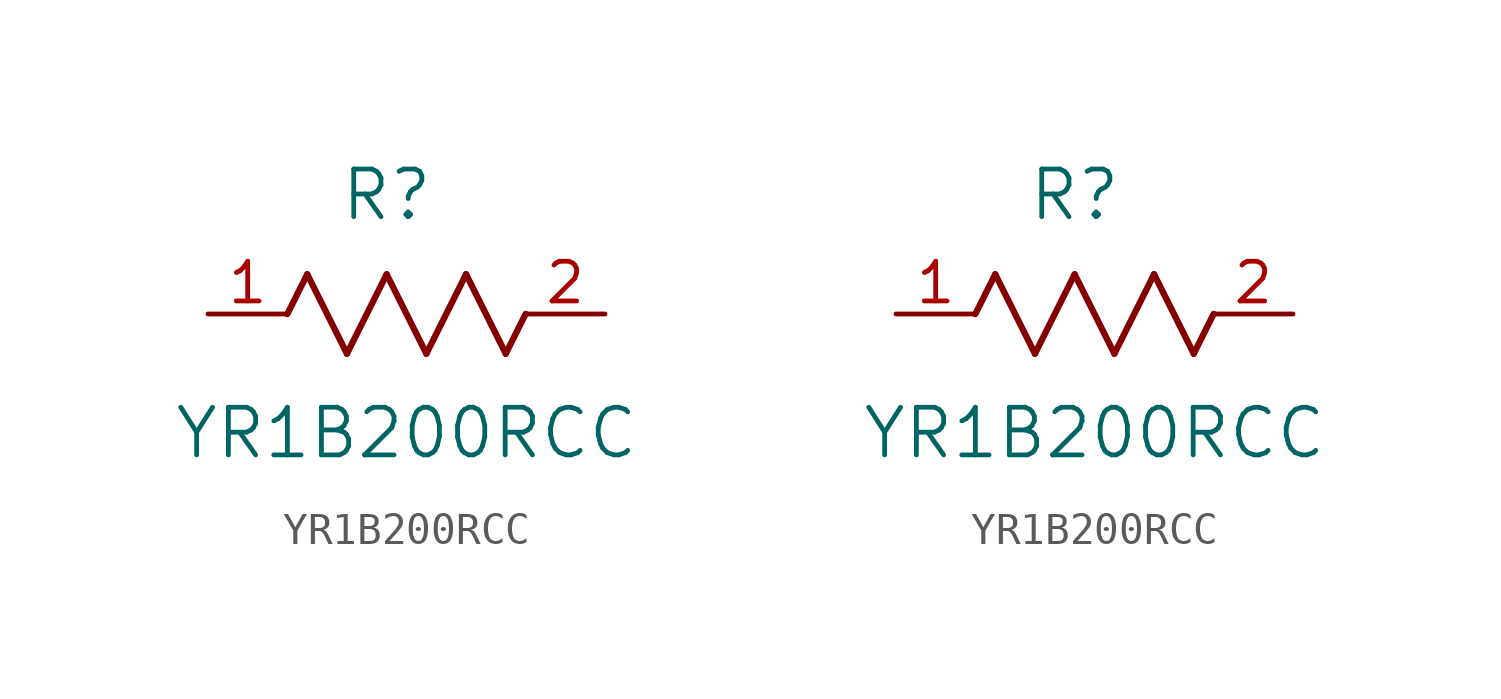
<source format=kicad_sym>
(kicad_symbol_lib
  (version 20211014)
  (generator kicad_symbol_editor)
  (symbol "YR1B200RCC"
    (pin_names
      (offset 0.254))
    (property "Reference" "R"
      (at 5.715 3.81 0)
      (effects (font (size 1.524 1.524))))
    (property "Value" "YR1B200RCC"
      (at 6.35 -3.81 0)
      (effects (font (size 1.524 1.524))))
    (symbol "YR1B200RCC_1_1"
      (polyline (pts (xy 3.175 1.27) (xy 4.445 -1.27)) (stroke (width 0.203) (type default) (color 0 0 0 0)) (fill (type none)))
      (polyline (pts (xy 4.445 -1.27) (xy 5.715 1.27)) (stroke (width 0.203) (type default) (color 0 0 0 0)) (fill (type none)))
      (polyline (pts (xy 5.715 1.27) (xy 6.985 -1.27)) (stroke (width 0.203) (type default) (color 0 0 0 0)) (fill (type none)))
      (polyline (pts (xy 6.985 -1.27) (xy 8.255 1.27)) (stroke (width 0.203) (type default) (color 0 0 0 0)) (fill (type none)))
      (polyline (pts (xy 8.255 1.27) (xy 9.525 -1.27)) (stroke (width 0.203) (type default) (color 0 0 0 0)) (fill (type none)))
      (polyline (pts (xy 2.54 0) (xy 3.175 1.27)) (stroke (width 0.203) (type default) (color 0 0 0 0)) (fill (type none)))
      (polyline (pts (xy 9.525 -1.27) (xy 10.16 0)) (stroke (width 0.203) (type default) (color 0 0 0 0)) (fill (type none)))
      (pin unspecified line (at 0 0 0) (length 2.54) (name "" (effects (font (size 1.27 1.27)))) (number "1" (effects (font (size 1.27 1.27)))))
      (pin unspecified line (at 12.7 0 180) (length 2.54) (name "" (effects (font (size 1.27 1.27)))) (number "2" (effects (font (size 1.27 1.27))))))
    (symbol "YR1B200RCC_1_2"
      (polyline (pts (xy 3.175 1.27) (xy 4.445 -1.27)) (stroke (width 0.203) (type default) (color 0 0 0 0)) (fill (type none)))
      (polyline (pts (xy 4.445 -1.27) (xy 5.715 1.27)) (stroke (width 0.203) (type default) (color 0 0 0 0)) (fill (type none)))
      (polyline (pts (xy 5.715 1.27) (xy 6.985 -1.27)) (stroke (width 0.203) (type default) (color 0 0 0 0)) (fill (type none)))
      (polyline (pts (xy 6.985 -1.27) (xy 8.255 1.27)) (stroke (width 0.203) (type default) (color 0 0 0 0)) (fill (type none)))
      (polyline (pts (xy 8.255 1.27) (xy 9.525 -1.27)) (stroke (width 0.203) (type default) (color 0 0 0 0)) (fill (type none)))
      (polyline (pts (xy 2.54 0) (xy 3.175 1.27)) (stroke (width 0.203) (type default) (color 0 0 0 0)) (fill (type none)))
      (polyline (pts (xy 9.525 -1.27) (xy 10.16 0)) (stroke (width 0.203) (type default) (color 0 0 0 0)) (fill (type none)))
      (pin unspecified line (at 0 0 0) (length 2.54) (name "" (effects (font (size 1.27 1.27)))) (number "1" (effects (font (size 1.27 1.27)))))
      (pin unspecified line (at 12.7 0 180) (length 2.54) (name "" (effects (font (size 1.27 1.27)))) (number "2" (effects (font (size 1.27 1.27))))))))
</source>
